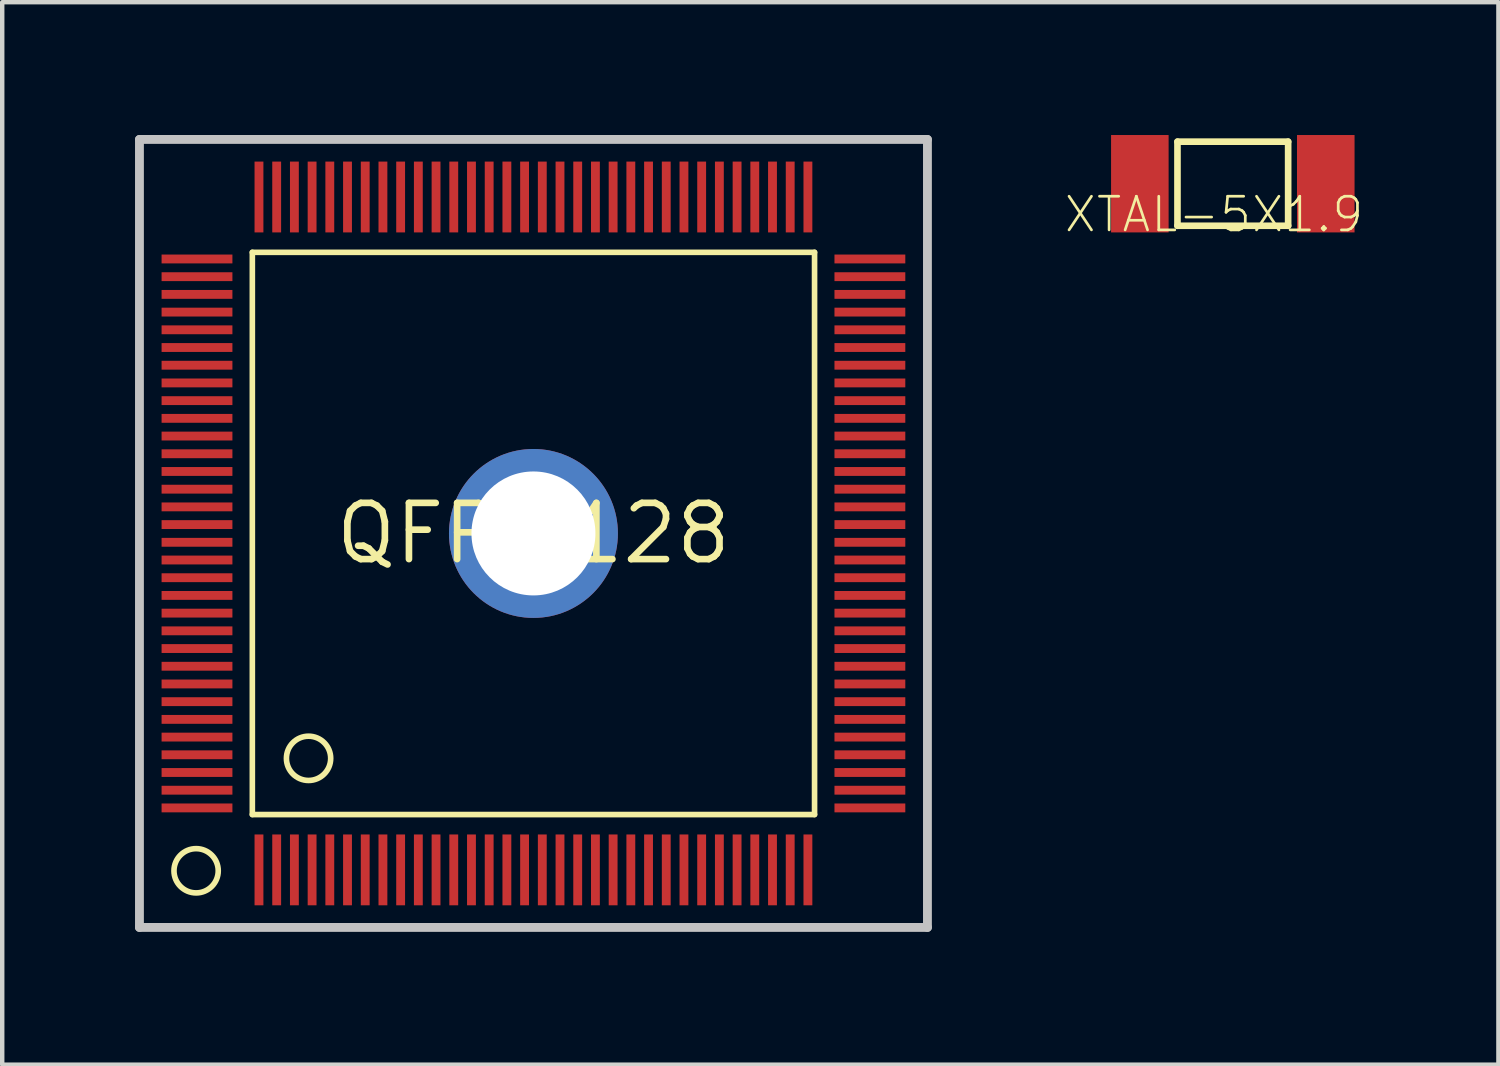
<source format=kicad_pcb>
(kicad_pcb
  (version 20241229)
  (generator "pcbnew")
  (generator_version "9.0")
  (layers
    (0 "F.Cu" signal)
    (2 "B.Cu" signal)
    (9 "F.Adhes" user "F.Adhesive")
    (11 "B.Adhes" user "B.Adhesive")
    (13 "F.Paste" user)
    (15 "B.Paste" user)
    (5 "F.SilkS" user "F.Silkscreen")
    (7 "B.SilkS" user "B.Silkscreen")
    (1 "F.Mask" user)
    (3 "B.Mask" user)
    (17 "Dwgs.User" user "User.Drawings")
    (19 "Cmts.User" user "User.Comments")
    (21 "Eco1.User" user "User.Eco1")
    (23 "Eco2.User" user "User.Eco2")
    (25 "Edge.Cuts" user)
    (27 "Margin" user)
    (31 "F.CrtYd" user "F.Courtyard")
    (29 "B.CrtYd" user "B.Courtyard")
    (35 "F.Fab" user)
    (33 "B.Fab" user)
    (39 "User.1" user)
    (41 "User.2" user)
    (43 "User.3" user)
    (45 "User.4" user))
  (footprint "QFP-128"
    (layer "F.Cu")
    (at 9 9)
    (property "Reference" "QFP-128" (at 0 0 0) (layer "F.SilkS") (effects (font (size 1.27 1.27) (thickness 0.15))))
    (attr through_hole)
    (fp_line (start -6.35 -6.35) (end -6.35 6.35) (stroke (width 0.127) (type solid)) (layer "F.SilkS"))
    (fp_line (start -6.35 6.35) (end 6.35 6.35) (stroke (width 0.127) (type solid)) (layer "F.SilkS"))
    (fp_line (start 6.35 -6.35) (end -6.35 -6.35) (stroke (width 0.127) (type solid)) (layer "F.SilkS"))
    (fp_line (start 6.35 6.35) (end 6.35 -6.35) (stroke (width 0.127) (type solid)) (layer "F.SilkS"))
    (fp_circle (center -7.62 7.62) (end -7.12 7.62) (stroke (width 0.127) (type solid)) (fill no) (layer "F.SilkS"))
    (fp_circle (center -5.08 5.08) (end -4.58 5.08) (stroke (width 0.127) (type solid)) (fill no) (layer "F.SilkS"))
    (fp_line (start -8.9 -8.9) (end 8.9 -8.9) (stroke (width 0.2) (type solid)) (layer "Dwgs.User"))
    (fp_line (start -8.9 8.9) (end -8.9 -8.9) (stroke (width 0.2) (type solid)) (layer "Dwgs.User"))
    (fp_line (start 8.9 -8.9) (end 8.9 8.9) (stroke (width 0.2) (type solid)) (layer "Dwgs.User"))
    (fp_line (start 8.9 8.9) (end -8.9 8.9) (stroke (width 0.2) (type solid)) (layer "Dwgs.User"))
    (pad "1" smd rect (at -6.2 7.6) (size 0.2 1.6) (layers "F.Cu" "F.Mask" "F.Paste"))
    (pad "2" smd rect (at -5.8 7.6) (size 0.2 1.6) (layers "F.Cu" "F.Mask" "F.Paste"))
    (pad "3" smd rect (at -5.4 7.6) (size 0.2 1.6) (layers "F.Cu" "F.Mask" "F.Paste"))
    (pad "4" smd rect (at -5 7.6) (size 0.2 1.6) (layers "F.Cu" "F.Mask" "F.Paste"))
    (pad "5" smd rect (at -4.6 7.6) (size 0.2 1.6) (layers "F.Cu" "F.Mask" "F.Paste"))
    (pad "6" smd rect (at -4.2 7.6) (size 0.2 1.6) (layers "F.Cu" "F.Mask" "F.Paste"))
    (pad "7" smd rect (at -3.8 7.6) (size 0.2 1.6) (layers "F.Cu" "F.Mask" "F.Paste"))
    (pad "8" smd rect (at -3.4 7.6) (size 0.2 1.6) (layers "F.Cu" "F.Mask" "F.Paste"))
    (pad "9" smd rect (at -3 7.6) (size 0.2 1.6) (layers "F.Cu" "F.Mask" "F.Paste"))
    (pad "10" smd rect (at -2.6 7.6) (size 0.2 1.6) (layers "F.Cu" "F.Mask" "F.Paste"))
    (pad "11" smd rect (at -2.2 7.6) (size 0.2 1.6) (layers "F.Cu" "F.Mask" "F.Paste"))
    (pad "12" smd rect (at -1.8 7.6) (size 0.2 1.6) (layers "F.Cu" "F.Mask" "F.Paste"))
    (pad "13" smd rect (at -1.4 7.6) (size 0.2 1.6) (layers "F.Cu" "F.Mask" "F.Paste"))
    (pad "14" smd rect (at -1 7.6) (size 0.2 1.6) (layers "F.Cu" "F.Mask" "F.Paste"))
    (pad "15" smd rect (at -0.6 7.6) (size 0.2 1.6) (layers "F.Cu" "F.Mask" "F.Paste"))
    (pad "16" smd rect (at -0.2 7.6) (size 0.2 1.6) (layers "F.Cu" "F.Mask" "F.Paste"))
    (pad "17" smd rect (at 0.2 7.6) (size 0.2 1.6) (layers "F.Cu" "F.Mask" "F.Paste"))
    (pad "18" smd rect (at 0.6 7.6) (size 0.2 1.6) (layers "F.Cu" "F.Mask" "F.Paste"))
    (pad "19" smd rect (at 1 7.6) (size 0.2 1.6) (layers "F.Cu" "F.Mask" "F.Paste"))
    (pad "20" smd rect (at 1.4 7.6) (size 0.2 1.6) (layers "F.Cu" "F.Mask" "F.Paste"))
    (pad "21" smd rect (at 1.8 7.6) (size 0.2 1.6) (layers "F.Cu" "F.Mask" "F.Paste"))
    (pad "22" smd rect (at 2.2 7.6) (size 0.2 1.6) (layers "F.Cu" "F.Mask" "F.Paste"))
    (pad "23" smd rect (at 2.6 7.6) (size 0.2 1.6) (layers "F.Cu" "F.Mask" "F.Paste"))
    (pad "24" smd rect (at 3 7.6) (size 0.2 1.6) (layers "F.Cu" "F.Mask" "F.Paste"))
    (pad "25" smd rect (at 3.4 7.6) (size 0.2 1.6) (layers "F.Cu" "F.Mask" "F.Paste"))
    (pad "26" smd rect (at 3.8 7.6) (size 0.2 1.6) (layers "F.Cu" "F.Mask" "F.Paste"))
    (pad "27" smd rect (at 4.2 7.6) (size 0.2 1.6) (layers "F.Cu" "F.Mask" "F.Paste"))
    (pad "28" smd rect (at 4.6 7.6) (size 0.2 1.6) (layers "F.Cu" "F.Mask" "F.Paste"))
    (pad "29" smd rect (at 5 7.6) (size 0.2 1.6) (layers "F.Cu" "F.Mask" "F.Paste"))
    (pad "30" smd rect (at 5.4 7.6) (size 0.2 1.6) (layers "F.Cu" "F.Mask" "F.Paste"))
    (pad "31" smd rect (at 5.8 7.6) (size 0.2 1.6) (layers "F.Cu" "F.Mask" "F.Paste"))
    (pad "32" smd rect (at 6.2 7.6) (size 0.2 1.6) (layers "F.Cu" "F.Mask" "F.Paste"))
    (pad "33" smd rect (at 7.6 6.2) (size 1.6 0.2) (layers "F.Cu" "F.Mask" "F.Paste"))
    (pad "34" smd rect (at 7.6 5.8) (size 1.6 0.2) (layers "F.Cu" "F.Mask" "F.Paste"))
    (pad "35" smd rect (at 7.6 5.4) (size 1.6 0.2) (layers "F.Cu" "F.Mask" "F.Paste"))
    (pad "36" smd rect (at 7.6 5) (size 1.6 0.2) (layers "F.Cu" "F.Mask" "F.Paste"))
    (pad "37" smd rect (at 7.6 4.6) (size 1.6 0.2) (layers "F.Cu" "F.Mask" "F.Paste"))
    (pad "38" smd rect (at 7.6 4.2) (size 1.6 0.2) (layers "F.Cu" "F.Mask" "F.Paste"))
    (pad "39" smd rect (at 7.6 3.8) (size 1.6 0.2) (layers "F.Cu" "F.Mask" "F.Paste"))
    (pad "40" smd rect (at 7.6 3.4) (size 1.6 0.2) (layers "F.Cu" "F.Mask" "F.Paste"))
    (pad "41" smd rect (at 7.6 3) (size 1.6 0.2) (layers "F.Cu" "F.Mask" "F.Paste"))
    (pad "42" smd rect (at 7.6 2.6) (size 1.6 0.2) (layers "F.Cu" "F.Mask" "F.Paste"))
    (pad "43" smd rect (at 7.6 2.2) (size 1.6 0.2) (layers "F.Cu" "F.Mask" "F.Paste"))
    (pad "44" smd rect (at 7.6 1.8) (size 1.6 0.2) (layers "F.Cu" "F.Mask" "F.Paste"))
    (pad "45" smd rect (at 7.6 1.4) (size 1.6 0.2) (layers "F.Cu" "F.Mask" "F.Paste"))
    (pad "46" smd rect (at 7.6 1) (size 1.6 0.2) (layers "F.Cu" "F.Mask" "F.Paste"))
    (pad "47" smd rect (at 7.6 0.6) (size 1.6 0.2) (layers "F.Cu" "F.Mask" "F.Paste"))
    (pad "48" smd rect (at 7.6 0.2) (size 1.6 0.2) (layers "F.Cu" "F.Mask" "F.Paste"))
    (pad "49" smd rect (at 7.6 -0.2) (size 1.6 0.2) (layers "F.Cu" "F.Mask" "F.Paste"))
    (pad "50" smd rect (at 7.6 -0.6) (size 1.6 0.2) (layers "F.Cu" "F.Mask" "F.Paste"))
    (pad "51" smd rect (at 7.6 -1) (size 1.6 0.2) (layers "F.Cu" "F.Mask" "F.Paste"))
    (pad "52" smd rect (at 7.6 -1.4) (size 1.6 0.2) (layers "F.Cu" "F.Mask" "F.Paste"))
    (pad "53" smd rect (at 7.6 -1.8) (size 1.6 0.2) (layers "F.Cu" "F.Mask" "F.Paste"))
    (pad "54" smd rect (at 7.6 -2.2) (size 1.6 0.2) (layers "F.Cu" "F.Mask" "F.Paste"))
    (pad "55" smd rect (at 7.6 -2.6) (size 1.6 0.2) (layers "F.Cu" "F.Mask" "F.Paste"))
    (pad "56" smd rect (at 7.6 -3) (size 1.6 0.2) (layers "F.Cu" "F.Mask" "F.Paste"))
    (pad "57" smd rect (at 7.6 -3.4) (size 1.6 0.2) (layers "F.Cu" "F.Mask" "F.Paste"))
    (pad "58" smd rect (at 7.6 -3.8) (size 1.6 0.2) (layers "F.Cu" "F.Mask" "F.Paste"))
    (pad "59" smd rect (at 7.6 -4.2) (size 1.6 0.2) (layers "F.Cu" "F.Mask" "F.Paste"))
    (pad "60" smd rect (at 7.6 -4.6) (size 1.6 0.2) (layers "F.Cu" "F.Mask" "F.Paste"))
    (pad "61" smd rect (at 7.6 -5) (size 1.6 0.2) (layers "F.Cu" "F.Mask" "F.Paste"))
    (pad "62" smd rect (at 7.6 -5.4) (size 1.6 0.2) (layers "F.Cu" "F.Mask" "F.Paste"))
    (pad "63" smd rect (at 7.6 -5.8) (size 1.6 0.2) (layers "F.Cu" "F.Mask" "F.Paste"))
    (pad "64" smd rect (at 7.6 -6.2) (size 1.6 0.2) (layers "F.Cu" "F.Mask" "F.Paste"))
    (pad "65" smd rect (at 6.2 -7.6) (size 0.2 1.6) (layers "F.Cu" "F.Mask" "F.Paste"))
    (pad "66" smd rect (at 5.8 -7.6) (size 0.2 1.6) (layers "F.Cu" "F.Mask" "F.Paste"))
    (pad "67" smd rect (at 5.4 -7.6) (size 0.2 1.6) (layers "F.Cu" "F.Mask" "F.Paste"))
    (pad "68" smd rect (at 5 -7.6) (size 0.2 1.6) (layers "F.Cu" "F.Mask" "F.Paste"))
    (pad "69" smd rect (at 4.6 -7.6) (size 0.2 1.6) (layers "F.Cu" "F.Mask" "F.Paste"))
    (pad "70" smd rect (at 4.2 -7.6) (size 0.2 1.6) (layers "F.Cu" "F.Mask" "F.Paste"))
    (pad "71" smd rect (at 3.8 -7.6) (size 0.2 1.6) (layers "F.Cu" "F.Mask" "F.Paste"))
    (pad "72" smd rect (at 3.4 -7.6) (size 0.2 1.6) (layers "F.Cu" "F.Mask" "F.Paste"))
    (pad "73" smd rect (at 3 -7.6) (size 0.2 1.6) (layers "F.Cu" "F.Mask" "F.Paste"))
    (pad "74" smd rect (at 2.6 -7.6) (size 0.2 1.6) (layers "F.Cu" "F.Mask" "F.Paste"))
    (pad "75" smd rect (at 2.2 -7.6) (size 0.2 1.6) (layers "F.Cu" "F.Mask" "F.Paste"))
    (pad "76" smd rect (at 1.8 -7.6) (size 0.2 1.6) (layers "F.Cu" "F.Mask" "F.Paste"))
    (pad "77" smd rect (at 1.4 -7.6) (size 0.2 1.6) (layers "F.Cu" "F.Mask" "F.Paste"))
    (pad "78" smd rect (at 1 -7.6) (size 0.2 1.6) (layers "F.Cu" "F.Mask" "F.Paste"))
    (pad "79" smd rect (at 0.6 -7.6) (size 0.2 1.6) (layers "F.Cu" "F.Mask" "F.Paste"))
    (pad "80" smd rect (at 0.2 -7.6) (size 0.2 1.6) (layers "F.Cu" "F.Mask" "F.Paste"))
    (pad "81" smd rect (at -0.2 -7.6) (size 0.2 1.6) (layers "F.Cu" "F.Mask" "F.Paste"))
    (pad "82" smd rect (at -0.6 -7.6) (size 0.2 1.6) (layers "F.Cu" "F.Mask" "F.Paste"))
    (pad "83" smd rect (at -1 -7.6) (size 0.2 1.6) (layers "F.Cu" "F.Mask" "F.Paste"))
    (pad "84" smd rect (at -1.4 -7.6) (size 0.2 1.6) (layers "F.Cu" "F.Mask" "F.Paste"))
    (pad "85" smd rect (at -1.8 -7.6) (size 0.2 1.6) (layers "F.Cu" "F.Mask" "F.Paste"))
    (pad "86" smd rect (at -2.2 -7.6) (size 0.2 1.6) (layers "F.Cu" "F.Mask" "F.Paste"))
    (pad "87" smd rect (at -2.6 -7.6) (size 0.2 1.6) (layers "F.Cu" "F.Mask" "F.Paste"))
    (pad "88" smd rect (at -3 -7.6) (size 0.2 1.6) (layers "F.Cu" "F.Mask" "F.Paste"))
    (pad "89" smd rect (at -3.4 -7.6) (size 0.2 1.6) (layers "F.Cu" "F.Mask" "F.Paste"))
    (pad "90" smd rect (at -3.8 -7.6) (size 0.2 1.6) (layers "F.Cu" "F.Mask" "F.Paste"))
    (pad "91" smd rect (at -4.2 -7.6) (size 0.2 1.6) (layers "F.Cu" "F.Mask" "F.Paste"))
    (pad "92" smd rect (at -4.6 -7.6) (size 0.2 1.6) (layers "F.Cu" "F.Mask" "F.Paste"))
    (pad "93" smd rect (at -5 -7.6) (size 0.2 1.6) (layers "F.Cu" "F.Mask" "F.Paste"))
    (pad "94" smd rect (at -5.4 -7.6) (size 0.2 1.6) (layers "F.Cu" "F.Mask" "F.Paste"))
    (pad "95" smd rect (at -5.8 -7.6) (size 0.2 1.6) (layers "F.Cu" "F.Mask" "F.Paste"))
    (pad "96" smd rect (at -6.2 -7.6) (size 0.2 1.6) (layers "F.Cu" "F.Mask" "F.Paste"))
    (pad "97" smd rect (at -7.6 -6.2) (size 1.6 0.2) (layers "F.Cu" "F.Mask" "F.Paste"))
    (pad "98" smd rect (at -7.6 -5.8) (size 1.6 0.2) (layers "F.Cu" "F.Mask" "F.Paste"))
    (pad "99" smd rect (at -7.6 -5.4) (size 1.6 0.2) (layers "F.Cu" "F.Mask" "F.Paste"))
    (pad "100" smd rect (at -7.6 -5) (size 1.6 0.2) (layers "F.Cu" "F.Mask" "F.Paste"))
    (pad "101" smd rect (at -7.6 -4.6) (size 1.6 0.2) (layers "F.Cu" "F.Mask" "F.Paste"))
    (pad "102" smd rect (at -7.6 -4.2) (size 1.6 0.2) (layers "F.Cu" "F.Mask" "F.Paste"))
    (pad "103" smd rect (at -7.6 -3.8) (size 1.6 0.2) (layers "F.Cu" "F.Mask" "F.Paste"))
    (pad "104" smd rect (at -7.6 -3.4) (size 1.6 0.2) (layers "F.Cu" "F.Mask" "F.Paste"))
    (pad "105" smd rect (at -7.6 -3) (size 1.6 0.2) (layers "F.Cu" "F.Mask" "F.Paste"))
    (pad "106" smd rect (at -7.6 -2.6) (size 1.6 0.2) (layers "F.Cu" "F.Mask" "F.Paste"))
    (pad "107" smd rect (at -7.6 -2.2) (size 1.6 0.2) (layers "F.Cu" "F.Mask" "F.Paste"))
    (pad "108" smd rect (at -7.6 -1.8) (size 1.6 0.2) (layers "F.Cu" "F.Mask" "F.Paste"))
    (pad "109" smd rect (at -7.6 -1.4) (size 1.6 0.2) (layers "F.Cu" "F.Mask" "F.Paste"))
    (pad "110" smd rect (at -7.6 -1) (size 1.6 0.2) (layers "F.Cu" "F.Mask" "F.Paste"))
    (pad "111" smd rect (at -7.6 -0.6) (size 1.6 0.2) (layers "F.Cu" "F.Mask" "F.Paste"))
    (pad "112" smd rect (at -7.6 -0.2) (size 1.6 0.2) (layers "F.Cu" "F.Mask" "F.Paste"))
    (pad "113" smd rect (at -7.6 0.2) (size 1.6 0.2) (layers "F.Cu" "F.Mask" "F.Paste"))
    (pad "114" smd rect (at -7.6 0.6) (size 1.6 0.2) (layers "F.Cu" "F.Mask" "F.Paste"))
    (pad "115" smd rect (at -7.6 1) (size 1.6 0.2) (layers "F.Cu" "F.Mask" "F.Paste"))
    (pad "116" smd rect (at -7.6 1.4) (size 1.6 0.2) (layers "F.Cu" "F.Mask" "F.Paste"))
    (pad "117" smd rect (at -7.6 1.8) (size 1.6 0.2) (layers "F.Cu" "F.Mask" "F.Paste"))
    (pad "118" smd rect (at -7.6 2.2) (size 1.6 0.2) (layers "F.Cu" "F.Mask" "F.Paste"))
    (pad "119" smd rect (at -7.6 2.6) (size 1.6 0.2) (layers "F.Cu" "F.Mask" "F.Paste"))
    (pad "120" smd rect (at -7.6 3) (size 1.6 0.2) (layers "F.Cu" "F.Mask" "F.Paste"))
    (pad "121" smd rect (at -7.6 3.4) (size 1.6 0.2) (layers "F.Cu" "F.Mask" "F.Paste"))
    (pad "122" smd rect (at -7.6 3.8) (size 1.6 0.2) (layers "F.Cu" "F.Mask" "F.Paste"))
    (pad "123" smd rect (at -7.6 4.2) (size 1.6 0.2) (layers "F.Cu" "F.Mask" "F.Paste"))
    (pad "124" smd rect (at -7.6 4.6) (size 1.6 0.2) (layers "F.Cu" "F.Mask" "F.Paste"))
    (pad "125" smd rect (at -7.6 5) (size 1.6 0.2) (layers "F.Cu" "F.Mask" "F.Paste"))
    (pad "126" smd rect (at -7.6 5.4) (size 1.6 0.2) (layers "F.Cu" "F.Mask" "F.Paste"))
    (pad "127" smd rect (at -7.6 5.8) (size 1.6 0.2) (layers "F.Cu" "F.Mask" "F.Paste"))
    (pad "128" smd rect (at -7.6 6.2) (size 1.6 0.2) (layers "F.Cu" "F.Mask" "F.Paste"))
    (pad "P$1" thru_hole circle (at 0 0) (size 3.816 3.816) (drill 2.8) (layers "*.Cu" "*.Mask")))
  (footprint "XTAL-5X1.9"
    (layer "F.Cu")
    (at 24.798 1.1)
    (property "Reference" "XTAL-5X1.9" (at 3 0.25 180) (layer "F.SilkS") (effects (font (size 0.76 0.76) (thickness 0.061)) (justify right top)))
    (attr through_hole)
    (fp_line (start -1.25 -0.95) (end -1.25 0.95) (stroke (width 0.15) (type solid)) (layer "F.SilkS"))
    (fp_line (start -1.25 -0.95) (end 1.25 -0.95) (stroke (width 0.15) (type solid)) (layer "F.SilkS"))
    (fp_line (start 1.25 -0.95) (end 1.25 0.95) (stroke (width 0.15) (type solid)) (layer "F.SilkS"))
    (fp_line (start 1.25 0.95) (end -1.25 0.95) (stroke (width 0.15) (type solid)) (layer "F.SilkS"))
    (pad "P$1" smd rect (at -2.1 0) (size 1.3 2.2) (layers "F.Cu" "F.Mask" "F.Paste"))
    (pad "P$2" smd rect (at 2.1 0) (size 1.3 2.2) (layers "F.Cu" "F.Mask" "F.Paste")))
  (gr_rect
    (start -3 -3)
    (end 30.798 21)
    (stroke (width 0.1) (type default))
    (fill no)
    (layer "Edge.Cuts")))
</source>
